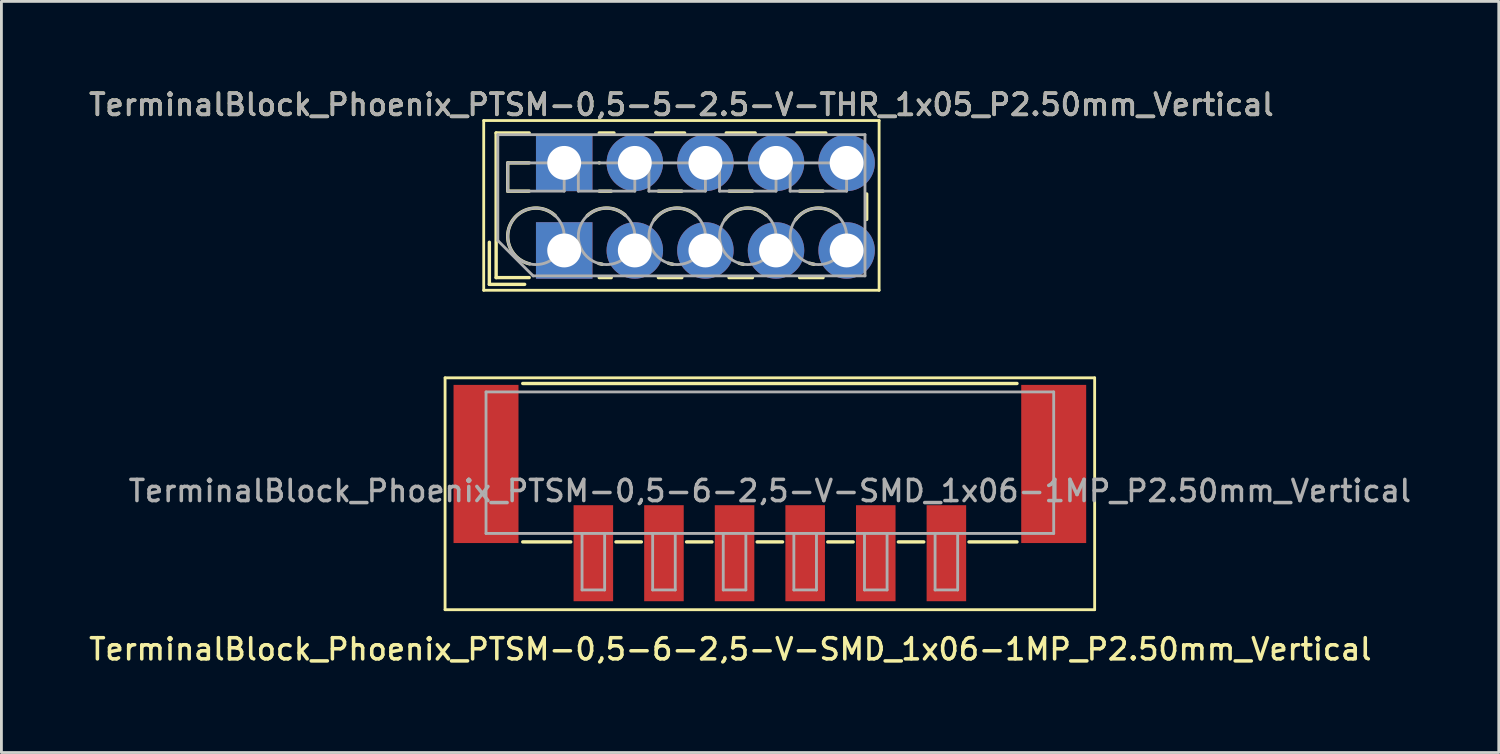
<source format=kicad_pcb>
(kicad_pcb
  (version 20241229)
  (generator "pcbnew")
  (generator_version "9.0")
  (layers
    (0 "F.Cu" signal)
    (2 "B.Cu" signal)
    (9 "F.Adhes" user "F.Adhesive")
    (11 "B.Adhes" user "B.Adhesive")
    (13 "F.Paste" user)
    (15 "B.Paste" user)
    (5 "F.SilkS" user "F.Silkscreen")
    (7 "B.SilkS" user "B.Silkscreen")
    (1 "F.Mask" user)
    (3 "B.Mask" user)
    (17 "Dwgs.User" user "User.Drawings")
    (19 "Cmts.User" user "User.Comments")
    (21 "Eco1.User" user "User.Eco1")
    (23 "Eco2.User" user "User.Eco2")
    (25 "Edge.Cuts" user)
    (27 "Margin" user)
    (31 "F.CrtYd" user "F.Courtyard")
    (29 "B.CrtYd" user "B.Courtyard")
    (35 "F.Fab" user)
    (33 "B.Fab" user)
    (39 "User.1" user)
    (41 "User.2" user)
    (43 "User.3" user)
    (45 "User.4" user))
  (footprint "TerminalBlock_Phoenix_PTSM-0,5-6-2,5-V-SMD_1x06-1MP_P2.50mm_Vertical"
    (layer "F.Cu")
    (at 24.209 14.408)
    (property "Reference" "TerminalBlock_Phoenix_PTSM-0,5-6-2,5-V-SMD_1x06-1MP_P2.50mm_Vertical" (at -1.4 5.53 0) (layer "F.SilkS") (effects (font (size 0.75 0.75) (thickness 0.125))))
    (attr smd)
    (fp_line (start -11.5 -4.08) (end 11.5 -4.08) (stroke (width 0.1) (type solid)) (layer "F.SilkS"))
    (fp_line (start -11.5 4.13) (end -11.5 -4.08) (stroke (width 0.1) (type solid)) (layer "F.SilkS"))
    (fp_line (start -8.75 -3.88) (end 8.75 -3.88) (stroke (width 0.12) (type solid)) (layer "F.SilkS"))
    (fp_line (start -7.05 1.73) (end -8.75 1.73) (stroke (width 0.12) (type solid)) (layer "F.SilkS"))
    (fp_line (start -4.55 1.73) (end -5.45 1.73) (stroke (width 0.12) (type solid)) (layer "F.SilkS"))
    (fp_line (start -2.05 1.73) (end -2.95 1.73) (stroke (width 0.12) (type solid)) (layer "F.SilkS"))
    (fp_line (start 0.45 1.73) (end -0.45 1.73) (stroke (width 0.12) (type solid)) (layer "F.SilkS"))
    (fp_line (start 2.95 1.73) (end 2.05 1.73) (stroke (width 0.12) (type solid)) (layer "F.SilkS"))
    (fp_line (start 5.45 1.73) (end 4.55 1.73) (stroke (width 0.12) (type solid)) (layer "F.SilkS"))
    (fp_line (start 8.75 1.73) (end 7.05 1.73) (stroke (width 0.12) (type solid)) (layer "F.SilkS"))
    (fp_line (start 11.5 -4.08) (end 11.5 4.13) (stroke (width 0.1) (type solid)) (layer "F.SilkS"))
    (fp_line (start 11.5 4.13) (end -11.5 4.13) (stroke (width 0.1) (type solid)) (layer "F.SilkS"))
    (fp_line (start -10.05 -3.58) (end 10.05 -3.58) (stroke (width 0.1) (type solid)) (layer "F.Fab"))
    (fp_line (start -10.05 1.43) (end -10.05 -3.58) (stroke (width 0.1) (type solid)) (layer "F.Fab"))
    (fp_line (start -6.65 1.43) (end -6.65 3.43) (stroke (width 0.1) (type solid)) (layer "F.Fab"))
    (fp_line (start -6.65 3.43) (end -5.85 3.43) (stroke (width 0.1) (type solid)) (layer "F.Fab"))
    (fp_line (start -5.85 1.43) (end -5.85 3.43) (stroke (width 0.1) (type solid)) (layer "F.Fab"))
    (fp_line (start -4.15 1.43) (end -4.15 3.43) (stroke (width 0.1) (type solid)) (layer "F.Fab"))
    (fp_line (start -4.15 3.43) (end -3.35 3.43) (stroke (width 0.1) (type solid)) (layer "F.Fab"))
    (fp_line (start -3.35 1.43) (end -3.35 3.43) (stroke (width 0.1) (type solid)) (layer "F.Fab"))
    (fp_line (start -1.65 1.43) (end -1.65 3.43) (stroke (width 0.1) (type solid)) (layer "F.Fab"))
    (fp_line (start -1.65 3.43) (end -0.85 3.43) (stroke (width 0.1) (type solid)) (layer "F.Fab"))
    (fp_line (start -0.85 1.43) (end -0.85 3.43) (stroke (width 0.1) (type solid)) (layer "F.Fab"))
    (fp_line (start 0.85 1.43) (end 0.85 3.43) (stroke (width 0.1) (type solid)) (layer "F.Fab"))
    (fp_line (start 0.85 3.43) (end 1.65 3.43) (stroke (width 0.1) (type solid)) (layer "F.Fab"))
    (fp_line (start 1.65 1.43) (end 1.65 3.43) (stroke (width 0.1) (type solid)) (layer "F.Fab"))
    (fp_line (start 3.35 1.43) (end 3.35 3.43) (stroke (width 0.1) (type solid)) (layer "F.Fab"))
    (fp_line (start 3.35 3.43) (end 4.15 3.43) (stroke (width 0.1) (type solid)) (layer "F.Fab"))
    (fp_line (start 4.15 1.43) (end 4.15 3.43) (stroke (width 0.1) (type solid)) (layer "F.Fab"))
    (fp_line (start 5.85 1.43) (end 5.85 3.43) (stroke (width 0.1) (type solid)) (layer "F.Fab"))
    (fp_line (start 5.85 3.43) (end 6.65 3.43) (stroke (width 0.1) (type solid)) (layer "F.Fab"))
    (fp_line (start 6.65 1.43) (end 6.65 3.43) (stroke (width 0.1) (type solid)) (layer "F.Fab"))
    (fp_line (start 10.05 1.43) (end -10.05 1.43) (stroke (width 0.1) (type solid)) (layer "F.Fab"))
    (fp_line (start 10.05 1.43) (end 10.05 -3.58) (stroke (width 0.1) (type solid)) (layer "F.Fab"))
    (fp_text user "${REFERENCE}" (at 0 -0.075 0) (layer "F.Fab") (effects (font (size 0.75 0.75) (thickness 0.125))))
    (pad "1" smd rect (at -6.25 2.13 180) (size 1.4 3.4) (layers "F.Cu" "F.Mask" "F.Paste"))
    (pad "2" smd rect (at -3.75 2.13 180) (size 1.4 3.4) (layers "F.Cu" "F.Mask" "F.Paste"))
    (pad "3" smd rect (at -1.25 2.13 180) (size 1.4 3.4) (layers "F.Cu" "F.Mask" "F.Paste"))
    (pad "4" smd rect (at 1.25 2.13 180) (size 1.4 3.4) (layers "F.Cu" "F.Mask" "F.Paste"))
    (pad "5" smd rect (at 3.75 2.13 180) (size 1.4 3.4) (layers "F.Cu" "F.Mask" "F.Paste"))
    (pad "6" smd rect (at 6.25 2.13 180) (size 1.4 3.4) (layers "F.Cu" "F.Mask" "F.Paste"))
    (pad "MP" smd rect (at -10.05 -1.03 180) (size 2.3 5.6) (layers "F.Cu" "F.Mask" "F.Paste"))
    (pad "MP" smd rect (at 10.05 -1.03 180) (size 2.3 5.6) (layers "F.Cu" "F.Mask" "F.Paste")))
  (footprint "TerminalBlock_Phoenix_PTSM-0,5-5-2.5-V-THR_1x05_P2.50mm_Vertical"
    (layer "F.Cu")
    (at 16.927 5.818)
    (property "Reference" "TerminalBlock_Phoenix_PTSM-0,5-5-2.5-V-THR_1x05_P2.50mm_Vertical" (at 4.15 -5.16 0) (layer "F.SilkS") (effects (font (size 0.75 0.75) (thickness 0.125))))
    (attr through_hole)
    (fp_line (start -2.85 -4.6) (end -2.85 1.41) (stroke (width 0.1) (type solid)) (layer "F.SilkS"))
    (fp_line (start -2.85 1.41) (end 11.15 1.41) (stroke (width 0.1) (type solid)) (layer "F.SilkS"))
    (fp_line (start -2.65 -0.29) (end -2.65 1.2) (stroke (width 0.12) (type solid)) (layer "F.SilkS"))
    (fp_line (start -2.65 1.2) (end -1.4 1.2) (stroke (width 0.12) (type solid)) (layer "F.SilkS"))
    (fp_line (start -2.41 -4.16) (end -2.41 0.961) (stroke (width 0.12) (type solid)) (layer "F.SilkS"))
    (fp_line (start -2.41 -4.16) (end -1.24 -4.16) (stroke (width 0.12) (type solid)) (layer "F.SilkS"))
    (fp_line (start -2.41 0.961) (end -1.24 0.961) (stroke (width 0.12) (type solid)) (layer "F.SilkS"))
    (fp_line (start -2 -3.1) (end -2 -2.1) (stroke (width 0.12) (type solid)) (layer "F.SilkS"))
    (fp_line (start -2 -3.1) (end -1.24 -3.1) (stroke (width 0.12) (type solid)) (layer "F.SilkS"))
    (fp_line (start -2 -2.1) (end -1.24 -2.1) (stroke (width 0.12) (type solid)) (layer "F.SilkS"))
    (fp_line (start 1.24 -4.16) (end 1.763 -4.16) (stroke (width 0.12) (type solid)) (layer "F.SilkS"))
    (fp_line (start 1.24 -3.1) (end 1.245 -3.1) (stroke (width 0.12) (type solid)) (layer "F.SilkS"))
    (fp_line (start 1.24 -2.1) (end 1.665 -2.1) (stroke (width 0.12) (type solid)) (layer "F.SilkS"))
    (fp_line (start 1.24 0.961) (end 1.665 0.961) (stroke (width 0.12) (type solid)) (layer "F.SilkS"))
    (fp_line (start 3.238 -4.16) (end 4.263 -4.16) (stroke (width 0.12) (type solid)) (layer "F.SilkS"))
    (fp_line (start 3.336 -2.1) (end 4.165 -2.1) (stroke (width 0.12) (type solid)) (layer "F.SilkS"))
    (fp_line (start 3.336 0.961) (end 4.165 0.961) (stroke (width 0.12) (type solid)) (layer "F.SilkS"))
    (fp_line (start 5.738 -4.16) (end 6.763 -4.16) (stroke (width 0.12) (type solid)) (layer "F.SilkS"))
    (fp_line (start 5.836 -2.1) (end 6.665 -2.1) (stroke (width 0.12) (type solid)) (layer "F.SilkS"))
    (fp_line (start 5.836 0.961) (end 6.665 0.961) (stroke (width 0.12) (type solid)) (layer "F.SilkS"))
    (fp_line (start 8.238 -4.16) (end 9.263 -4.16) (stroke (width 0.12) (type solid)) (layer "F.SilkS"))
    (fp_line (start 8.336 -2.1) (end 9.165 -2.1) (stroke (width 0.12) (type solid)) (layer "F.SilkS"))
    (fp_line (start 8.336 0.961) (end 9.165 0.961) (stroke (width 0.12) (type solid)) (layer "F.SilkS"))
    (fp_line (start 10.71 -2) (end 10.71 -1.1) (stroke (width 0.12) (type solid)) (layer "F.SilkS"))
    (fp_line (start 11.15 -4.6) (end -2.85 -4.6) (stroke (width 0.1) (type solid)) (layer "F.SilkS"))
    (fp_line (start 11.15 1.41) (end 11.15 -4.6) (stroke (width 0.1) (type solid)) (layer "F.SilkS"))
    (fp_arc (start -1.224629 0.474931) (mid -1.883573 -0.969306) (end -0.318 -1.232) (stroke (width 0.12) (type solid)) (layer "F.SilkS"))
    (fp_arc (start 0.817811 -1.23232) (mid 1.483053 -1.500693) (end 2.157 -1.255) (stroke (width 0.12) (type solid)) (layer "F.SilkS"))
    (fp_arc (start 1.344288 0.488343) (mid 1.284242 0.476994) (end 1.225 0.462) (stroke (width 0.12) (type solid)) (layer "F.SilkS"))
    (fp_arc (start 3.190612 -1.088697) (mid 3.887218 -1.494461) (end 4.657 -1.255) (stroke (width 0.12) (type solid)) (layer "F.SilkS"))
    (fp_arc (start 3.84373 0.488618) (mid 3.766646 0.47331) (end 3.691 0.452) (stroke (width 0.12) (type solid)) (layer "F.SilkS"))
    (fp_arc (start 5.690612 -1.088697) (mid 6.387218 -1.494461) (end 7.157 -1.255) (stroke (width 0.12) (type solid)) (layer "F.SilkS"))
    (fp_arc (start 6.34373 0.488618) (mid 6.266646 0.47331) (end 6.191 0.452) (stroke (width 0.12) (type solid)) (layer "F.SilkS"))
    (fp_arc (start 8.190612 -1.088697) (mid 8.887218 -1.494461) (end 9.657 -1.255) (stroke (width 0.12) (type solid)) (layer "F.SilkS"))
    (fp_arc (start 8.84373 0.488618) (mid 8.766646 0.47331) (end 8.691 0.452) (stroke (width 0.12) (type solid)) (layer "F.SilkS"))
    (fp_line (start -2.35 -4.1) (end 10.65 -4.1) (stroke (width 0.1) (type solid)) (layer "F.Fab"))
    (fp_line (start -2.35 -0.35) (end -2.35 -4.1) (stroke (width 0.1) (type solid)) (layer "F.Fab"))
    (fp_line (start -2 -3.1) (end -2 -2.1) (stroke (width 0.1) (type solid)) (layer "F.Fab"))
    (fp_line (start -2 -2.1) (end 0 -2.1) (stroke (width 0.1) (type solid)) (layer "F.Fab"))
    (fp_line (start -1.1 0.9) (end -2.35 -0.35) (stroke (width 0.1) (type solid)) (layer "F.Fab"))
    (fp_line (start 0 -3.1) (end -2 -3.1) (stroke (width 0.1) (type solid)) (layer "F.Fab"))
    (fp_line (start 0 -2.1) (end 0 -3.1) (stroke (width 0.1) (type solid)) (layer "F.Fab"))
    (fp_line (start 0.5 -3.1) (end 0.5 -2.1) (stroke (width 0.1) (type solid)) (layer "F.Fab"))
    (fp_line (start 0.5 -2.1) (end 2.5 -2.1) (stroke (width 0.1) (type solid)) (layer "F.Fab"))
    (fp_line (start 2.5 -3.1) (end 0.5 -3.1) (stroke (width 0.1) (type solid)) (layer "F.Fab"))
    (fp_line (start 2.5 -2.1) (end 2.5 -3.1) (stroke (width 0.1) (type solid)) (layer "F.Fab"))
    (fp_line (start 3 -3.1) (end 3 -2.1) (stroke (width 0.1) (type solid)) (layer "F.Fab"))
    (fp_line (start 3 -2.1) (end 5 -2.1) (stroke (width 0.1) (type solid)) (layer "F.Fab"))
    (fp_line (start 5 -3.1) (end 3 -3.1) (stroke (width 0.1) (type solid)) (layer "F.Fab"))
    (fp_line (start 5 -2.1) (end 5 -3.1) (stroke (width 0.1) (type solid)) (layer "F.Fab"))
    (fp_line (start 5.5 -3.1) (end 5.5 -2.1) (stroke (width 0.1) (type solid)) (layer "F.Fab"))
    (fp_line (start 5.5 -2.1) (end 7.5 -2.1) (stroke (width 0.1) (type solid)) (layer "F.Fab"))
    (fp_line (start 7.5 -3.1) (end 5.5 -3.1) (stroke (width 0.1) (type solid)) (layer "F.Fab"))
    (fp_line (start 7.5 -2.1) (end 7.5 -3.1) (stroke (width 0.1) (type solid)) (layer "F.Fab"))
    (fp_line (start 8 -3.1) (end 8 -2.1) (stroke (width 0.1) (type solid)) (layer "F.Fab"))
    (fp_line (start 8 -2.1) (end 10 -2.1) (stroke (width 0.1) (type solid)) (layer "F.Fab"))
    (fp_line (start 10 -3.1) (end 8 -3.1) (stroke (width 0.1) (type solid)) (layer "F.Fab"))
    (fp_line (start 10 -2.1) (end 10 -3.1) (stroke (width 0.1) (type solid)) (layer "F.Fab"))
    (fp_line (start 10.65 -4.1) (end 10.65 0.9) (stroke (width 0.1) (type solid)) (layer "F.Fab"))
    (fp_line (start 10.65 0.9) (end -1.1 0.9) (stroke (width 0.1) (type solid)) (layer "F.Fab"))
    (fp_circle (center -1 -0.5) (end 0 -0.5) (stroke (width 0.1) (type solid)) (fill no) (layer "F.Fab"))
    (fp_circle (center 1.5 -0.5) (end 2.5 -0.5) (stroke (width 0.1) (type solid)) (fill no) (layer "F.Fab"))
    (fp_circle (center 4 -0.5) (end 5 -0.5) (stroke (width 0.1) (type solid)) (fill no) (layer "F.Fab"))
    (fp_circle (center 6.5 -0.5) (end 7.5 -0.5) (stroke (width 0.1) (type solid)) (fill no) (layer "F.Fab"))
    (fp_circle (center 9 -0.5) (end 10 -0.5) (stroke (width 0.1) (type solid)) (fill no) (layer "F.Fab"))
    (fp_text user "${REFERENCE}" (at 4.15 -5.16 0) (layer "F.Fab") (effects (font (size 0.75 0.75) (thickness 0.125))))
    (pad "1" thru_hole rect (at 0 -3.1) (size 2 2) (drill 1.2) (layers "*.Cu" "*.Mask"))
    (pad "1" thru_hole rect (at 0 0) (size 2 2) (drill 1.2) (layers "*.Cu" "*.Mask"))
    (pad "2" thru_hole circle (at 2.5 -3.1) (size 2 2) (drill 1.2) (layers "*.Cu" "*.Mask"))
    (pad "2" thru_hole circle (at 2.5 0) (size 2 2) (drill 1.2) (layers "*.Cu" "*.Mask"))
    (pad "3" thru_hole circle (at 5 -3.1) (size 2 2) (drill 1.2) (layers "*.Cu" "*.Mask"))
    (pad "3" thru_hole circle (at 5 0) (size 2 2) (drill 1.2) (layers "*.Cu" "*.Mask"))
    (pad "4" thru_hole circle (at 7.5 -3.1) (size 2 2) (drill 1.2) (layers "*.Cu" "*.Mask"))
    (pad "4" thru_hole circle (at 7.5 0) (size 2 2) (drill 1.2) (layers "*.Cu" "*.Mask"))
    (pad "5" thru_hole circle (at 10 -3.1) (size 2 2) (drill 1.2) (layers "*.Cu" "*.Mask"))
    (pad "5" thru_hole circle (at 10 0) (size 2 2) (drill 1.2) (layers "*.Cu" "*.Mask")))
  (gr_rect
    (start -3 -3)
    (end 50.018 23.596)
    (stroke (width 0.1) (type default))
    (fill no)
    (layer "Edge.Cuts")))
</source>
